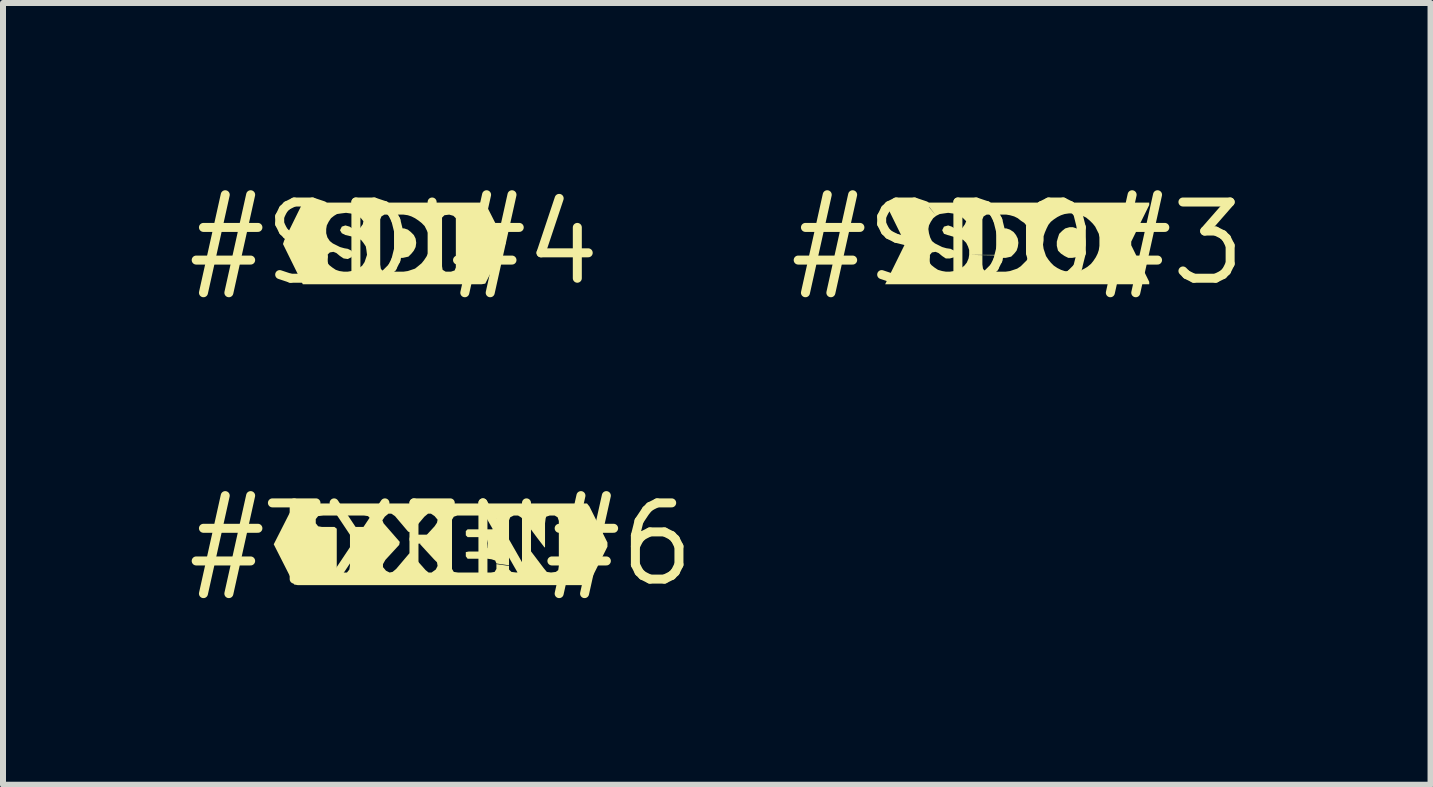
<source format=kicad_pcb>
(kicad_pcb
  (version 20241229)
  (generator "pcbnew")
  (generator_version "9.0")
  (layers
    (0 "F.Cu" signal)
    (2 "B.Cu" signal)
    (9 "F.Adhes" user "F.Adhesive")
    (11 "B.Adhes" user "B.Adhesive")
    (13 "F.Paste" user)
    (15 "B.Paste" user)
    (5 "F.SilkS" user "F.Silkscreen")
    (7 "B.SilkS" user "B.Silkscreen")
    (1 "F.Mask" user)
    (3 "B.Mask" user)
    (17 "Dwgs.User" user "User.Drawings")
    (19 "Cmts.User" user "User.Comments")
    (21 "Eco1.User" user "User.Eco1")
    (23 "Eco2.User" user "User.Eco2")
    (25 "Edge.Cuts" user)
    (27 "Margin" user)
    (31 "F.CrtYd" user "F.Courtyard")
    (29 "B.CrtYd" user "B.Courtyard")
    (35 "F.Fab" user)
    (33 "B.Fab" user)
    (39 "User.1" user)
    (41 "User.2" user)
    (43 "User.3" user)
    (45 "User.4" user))
  (footprint "#TXEN#6"
    (layer "F.Cu")
    (at 4.301 6.019)
    (property "Reference" "#TXEN#6" (at 0 0 0) (layer "F.SilkS") (effects (font (size 1.27 1.27) (thickness 0.15))))
    (attr through_hole)
    (fp_poly (pts (xy -2.12 -0.68) (xy -2.39 -0.68) (xy -2.45 -0.67) (xy -2.79 0) (xy -2.45 0.67) (xy -2.39 0.68) (xy 2.42 0.68) (xy 2.47 0.64) (xy 2.77 0.04) (xy 2.77 -0.03) (xy 2.47 -0.63) (xy 2.43 -0.68) (xy -2.11 -0.68) (xy -2.05 -0.47) (xy -1.96 -0.48) (xy -1.29 -0.48) (xy -1.22 -0.47) (xy -1.18 -0.43) (xy -0.98 -0.4) (xy -0.94 -0.46) (xy -0.88 -0.51) (xy -0.83 -0.51) (xy -0.77 -0.47) (xy -0.55 -0.21) (xy -0.5 -0.2) (xy -0.28 -0.46) (xy -0.22 -0.51) (xy -0.17 -0.51) (xy -0.11 -0.47) (xy -0.06 -0.41) (xy -0.07 -0.36) (xy -0.11 -0.3) (xy -0.34 -0.05) (xy -0.35 0) (xy -0.12 0.25) (xy -0.07 0.3) (xy -0.06 0.36) (xy 0.18 0.34) (xy 0.18 -0.34) (xy 0.18 -0.41) (xy 0.21 -0.46) (xy 0.27 -0.48) (xy 0.34 -0.48) (xy 0.82 -0.48) (xy 0.88 -0.47) (xy 0.92 -0.43) (xy 0.92 -0.34) (xy 0.9 -0.27) (xy 0.85 -0.25) (xy 0.78 -0.25) (xy 0.44 -0.25) (xy 0.41 -0.22) (xy 0.41 -0.15) (xy 0.44 -0.12) (xy 0.71 -0.12) (xy 0.76 -0.09) (xy 0.78 -0.02) (xy 0.77 0.06) (xy 0.73 0.1) (xy 0.67 0.12) (xy 0.46 0.12) (xy 0.41 0.13) (xy 0.41 0.2) (xy 0.44 0.24) (xy 0.77 0.24) (xy 0.84 0.25) (xy 0.9 0.27) (xy 0.92 0.32) (xy 1.13 0.35) (xy 1.13 -0.4) (xy 1.15 -0.45) (xy 1.21 -0.48) (xy 1.28 -0.48) (xy 1.33 -0.45) (xy 1.39 -0.39) (xy 1.59 -0.12) (xy 1.72 0.05) (xy 1.73 0.05) (xy 1.73 -0.35) (xy 1.74 -0.43) (xy 1.75 -0.46) (xy 1.81 -0.48) (xy 1.89 -0.48) (xy 1.94 -0.45) (xy 1.96 -0.39) (xy 1.96 -0.32) (xy 1.96 0.36) (xy 1.95 0.43) (xy 1.91 0.46) (xy 1.83 0.47) (xy 1.76 0.46) (xy 1.71 0.4) (xy 1.4 -0.01) (xy 1.37 -0.04) (xy 1.35 -0.06) (xy 1.35 0.41) (xy 1.32 0.46) (xy 1.25 0.47) (xy 1.17 0.46) (xy 1.13 0.42) (xy 1.13 0.36) (xy 0.92 0.33) (xy 0.92 0.41) (xy 0.89 0.46) (xy 0.83 0.47) (xy 0.28 0.47) (xy 0.21 0.46) (xy 0.18 0.41) (xy 0.18 0.34) (xy -0.06 0.36) (xy -0.09 0.42) (xy -0.16 0.47) (xy -0.21 0.47) (xy -0.26 0.43) (xy -0.49 0.17) (xy -0.53 0.15) (xy -0.75 0.41) (xy -0.81 0.46) (xy -0.86 0.47) (xy -0.92 0.44) (xy -0.97 0.38) (xy -0.97 0.33) (xy -0.93 0.26) (xy -0.7 0.01) (xy -0.69 -0.04) (xy -0.96 -0.35) (xy -0.98 -0.4) (xy -1.18 -0.43) (xy -1.18 -0.35) (xy -1.21 -0.3) (xy -1.28 -0.29) (xy -1.48 -0.29) (xy -1.52 -0.26) (xy -1.52 0.35) (xy -1.53 0.42) (xy -1.57 0.47) (xy -1.64 0.47) (xy -1.7 0.47) (xy -1.74 0.41) (xy -1.74 -0.26) (xy -1.78 -0.29) (xy -1.99 -0.29) (xy -2.05 -0.3) (xy -2.09 -0.35) (xy -2.09 -0.42) (xy -2.05 -0.47) (xy -2.11 -0.68)) (stroke (width 0) (type solid)) (fill yes) (layer "F.SilkS")))
  (footprint "#SDO#3"
    (layer "F.Cu")
    (at 13.908 1.006)
    (property "Reference" "#SDO#3" (at 0 0 0) (layer "F.SilkS") (effects (font (size 1.27 1.27) (thickness 0.15))))
    (attr through_hole)
    (fp_poly (pts (xy -1.56 -0.68) (xy -2.17 -0.68) (xy -2.2 -0.66) (xy -1.9 -0.05) (xy -1.88 0.01) (xy -2.21 0.68) (xy -2.15 0.68) (xy 2.19 0.68) (xy 2.19 0.64) (xy 1.89 0.03) (xy 1.89 -0.03) (xy 2.19 -0.64) (xy 2.19 -0.68) (xy -1.53 -0.68) (xy -1.36 -0.46) (xy -1.3 -0.49) (xy -1.23 -0.5) (xy -1.16 -0.51) (xy -1.09 -0.5) (xy -1.03 -0.49) (xy -0.96 -0.46) (xy -0.91 -0.42) (xy -0.86 -0.37) (xy -0.88 -0.32) (xy -0.93 -0.25) (xy -0.98 -0.22) (xy -1.04 -0.24) (xy -1.1 -0.28) (xy -1.16 -0.3) (xy -1.23 -0.28) (xy -1.26 -0.22) (xy -1.23 -0.16) (xy -1.17 -0.14) (xy -1.03 -0.1) (xy -0.97 -0.08) (xy -0.91 -0.06) (xy -0.86 -0.01) (xy -0.83 0.05) (xy -0.81 0.11) (xy -0.81 0.19) (xy -0.36 0.19) (xy -0.36 -0.21) (xy -0.33 -0.25) (xy -0.26 -0.25) (xy -0.19 -0.25) (xy -0.13 -0.23) (xy -0.07 -0.19) (xy -0.03 -0.14) (xy 0 -0.08) (xy 0.01 -0.01) (xy 0 0.06) (xy -0.02 0.12) (xy -0.06 0.17) (xy -0.11 0.22) (xy -0.01 0.42) (xy -0.07 0.44) (xy -0.13 0.46) (xy -0.2 0.47) (xy -0.27 0.47) (xy -0.47 0.47) (xy -0.55 0.46) (xy -0.58 0.42) (xy -0.59 0.35) (xy -0.59 -0.4) (xy -0.57 -0.45) (xy -0.52 -0.48) (xy -0.46 -0.48) (xy -0.26 -0.48) (xy -0.19 -0.48) (xy -0.13 -0.47) (xy -0.06 -0.45) (xy 0 -0.42) (xy 0.05 -0.38) (xy 0.11 -0.34) (xy 0.15 -0.29) (xy 0.19 -0.23) (xy 0.21 -0.17) (xy 0.23 -0.11) (xy 0.24 -0.04) (xy 0.65 -0.03) (xy 0.67 -0.1) (xy 0.69 -0.16) (xy 0.74 -0.21) (xy 0.79 -0.25) (xy 0.86 -0.27) (xy 0.92 -0.27) (xy 0.98 -0.25) (xy 1.04 -0.22) (xy 1.09 -0.17) (xy 1.12 -0.11) (xy 1.13 -0.04) (xy 1.13 0.03) (xy 1.11 0.1) (xy 1.08 0.15) (xy 1.03 0.2) (xy 0.97 0.23) (xy 0.91 0.24) (xy 0.84 0.24) (xy 0.78 0.21) (xy 0.72 0.17) (xy 0.67 0.12) (xy 0.65 0.04) (xy 0.65 -0.03) (xy 0.24 -0.04) (xy 0.24 0.03) (xy 0.42 0.02) (xy 0.43 -0.05) (xy 0.43 -0.12) (xy 0.45 -0.18) (xy 0.48 -0.25) (xy 0.51 -0.31) (xy 0.55 -0.36) (xy 0.6 -0.4) (xy 0.66 -0.44) (xy 0.72 -0.47) (xy 0.78 -0.49) (xy 0.85 -0.5) (xy 0.89 -0.5) (xy 0.96 -0.5) (xy 1.02 -0.48) (xy 1.08 -0.46) (xy 1.14 -0.43) (xy 1.2 -0.38) (xy 1.25 -0.33) (xy 1.29 -0.28) (xy 1.32 -0.22) (xy 1.35 -0.16) (xy 1.36 -0.1) (xy 1.36 -0.03) (xy 1.36 0.04) (xy 1.35 0.11) (xy 1.33 0.17) (xy 1.3 0.23) (xy 1.26 0.29) (xy 1.22 0.34) (xy 1.16 0.39) (xy 1.11 0.42) (xy 1.05 0.45) (xy 0.98 0.47) (xy 0.92 0.47) (xy 0.85 0.47) (xy 0.78 0.46) (xy 0.72 0.44) (xy 0.66 0.41) (xy 0.6 0.37) (xy 0.55 0.32) (xy 0.51 0.27) (xy 0.47 0.21) (xy 0.45 0.15) (xy 0.43 0.09) (xy 0.42 0.02) (xy 0.24 0.03) (xy 0.23 0.1) (xy 0.21 0.16) (xy 0.18 0.22) (xy 0.15 0.28) (xy 0.1 0.33) (xy 0.05 0.38) (xy -0.01 0.42) (xy -0.11 0.22) (xy -0.2 0.24) (xy -0.34 0.24) (xy -0.36 0.2) (xy -0.81 0.19) (xy -0.82 0.25) (xy -0.85 0.32) (xy -0.89 0.37) (xy -0.94 0.41) (xy -1 0.44) (xy -1.06 0.46) (xy -1.13 0.47) (xy -1.2 0.47) (xy -1.26 0.46) (xy -1.33 0.44) (xy -1.39 0.4) (xy -1.44 0.36) (xy -1.47 0.32) (xy -1.5 0.26) (xy -1.48 0.21) (xy -1.43 0.15) (xy -1.37 0.14) (xy -1.32 0.16) (xy -1.26 0.21) (xy -1.2 0.25) (xy -1.13 0.25) (xy -1.06 0.23) (xy -1.04 0.18) (xy -1.06 0.12) (xy -1.12 0.09) (xy -1.19 0.08) (xy -1.26 0.06) (xy -1.32 0.03) (xy -1.38 0) (xy -1.43 -0.04) (xy -1.46 -0.1) (xy -1.48 -0.17) (xy -1.49 -0.24) (xy -1.48 -0.3) (xy -1.45 -0.36) (xy -1.41 -0.42) (xy -1.36 -0.46) (xy -1.54 -0.68)) (stroke (width 0) (type solid)) (fill yes) (layer "F.SilkS")))
  (footprint "#SDI#4"
    (layer "F.Cu")
    (at 3.515 1.006)
    (property "Reference" "#SDI#4" (at 0 0 0) (layer "F.SilkS") (effects (font (size 1.27 1.27) (thickness 0.15))))
    (attr through_hole)
    (fp_poly (pts (xy -1.2 -0.68) (xy -1.47 -0.68) (xy -1.53 -0.66) (xy -1.83 -0.05) (xy -1.85 0.01) (xy -1.52 0.68) (xy -1.45 0.68) (xy 1.46 0.68) (xy 1.52 0.67) (xy 1.86 0) (xy 1.52 -0.67) (xy 1.46 -0.68) (xy -1.18 -0.68) (xy -1 -0.46) (xy -0.95 -0.49) (xy -0.88 -0.5) (xy -0.8 -0.51) (xy -0.73 -0.5) (xy -0.67 -0.49) (xy -0.6 -0.46) (xy -0.55 -0.42) (xy -0.51 -0.37) (xy -0.52 -0.32) (xy -0.57 -0.25) (xy -0.62 -0.22) (xy -0.68 -0.24) (xy -0.74 -0.28) (xy -0.81 -0.3) (xy -0.87 -0.28) (xy -0.9 -0.22) (xy -0.87 -0.17) (xy -0.81 -0.14) (xy -0.68 -0.11) (xy -0.61 -0.08) (xy -0.55 -0.06) (xy -0.51 -0.01) (xy -0.47 0.05) (xy -0.46 0.11) (xy -0.45 0.19) (xy 0 0.19) (xy 0 -0.21) (xy 0.03 -0.25) (xy 0.1 -0.25) (xy 0.17 -0.25) (xy 0.23 -0.23) (xy 0.28 -0.19) (xy 0.33 -0.14) (xy 0.36 -0.08) (xy 0.37 -0.01) (xy 0.36 0.06) (xy 0.33 0.12) (xy 0.29 0.17) (xy 0.24 0.22) (xy 0.35 0.42) (xy 0.29 0.44) (xy 0.23 0.46) (xy 0.16 0.47) (xy -0.11 0.47) (xy -0.19 0.46) (xy -0.22 0.42) (xy -0.23 0.35) (xy -0.23 -0.4) (xy -0.21 -0.45) (xy -0.16 -0.48) (xy -0.11 -0.48) (xy 0.09 -0.48) (xy 0.16 -0.48) (xy 0.23 -0.47) (xy 0.29 -0.45) (xy 0.35 -0.42) (xy 0.41 -0.38) (xy 0.46 -0.34) (xy 0.51 -0.29) (xy 0.54 -0.23) (xy 0.57 -0.17) (xy 0.8 -0.3) (xy 0.8 -0.37) (xy 0.8 -0.43) (xy 0.84 -0.47) (xy 0.92 -0.48) (xy 0.99 -0.46) (xy 1.03 -0.42) (xy 1.03 -0.35) (xy 1.03 0.33) (xy 1.03 0.4) (xy 1.01 0.45) (xy 0.95 0.47) (xy 0.86 0.47) (xy 0.81 0.44) (xy 0.8 0.38) (xy 0.8 -0.3) (xy 0.57 -0.17) (xy 0.59 -0.11) (xy 0.6 -0.04) (xy 0.59 0.03) (xy 0.58 0.1) (xy 0.57 0.16) (xy 0.54 0.22) (xy 0.5 0.28) (xy 0.46 0.33) (xy 0.4 0.38) (xy 0.35 0.42) (xy 0.24 0.22) (xy 0.15 0.24) (xy 0.02 0.24) (xy 0 0.19) (xy -0.45 0.19) (xy -0.47 0.25) (xy -0.49 0.31) (xy -0.53 0.37) (xy -0.58 0.41) (xy -0.64 0.44) (xy -0.71 0.46) (xy -0.77 0.47) (xy -0.84 0.47) (xy -0.91 0.46) (xy -0.97 0.44) (xy -1.03 0.4) (xy -1.08 0.36) (xy -1.11 0.32) (xy -1.14 0.26) (xy -1.13 0.21) (xy -1.07 0.15) (xy -1.01 0.14) (xy -0.96 0.16) (xy -0.9 0.21) (xy -0.84 0.25) (xy -0.77 0.26) (xy -0.71 0.23) (xy -0.68 0.18) (xy -0.71 0.12) (xy -0.77 0.09) (xy -0.83 0.08) (xy -0.9 0.06) (xy -0.96 0.03) (xy -1.02 0) (xy -1.07 -0.04) (xy -1.11 -0.1) (xy -1.13 -0.17) (xy -1.13 -0.24) (xy -1.12 -0.3) (xy -1.09 -0.36) (xy -1.05 -0.42) (xy -1 -0.46) (xy -1.18 -0.68)) (stroke (width 0) (type solid)) (fill yes) (layer "F.SilkS")))
  (gr_rect
    (start -3 -3)
    (end 20.785 10.025)
    (stroke (width 0.1) (type default))
    (fill no)
    (layer "Edge.Cuts")))
</source>
